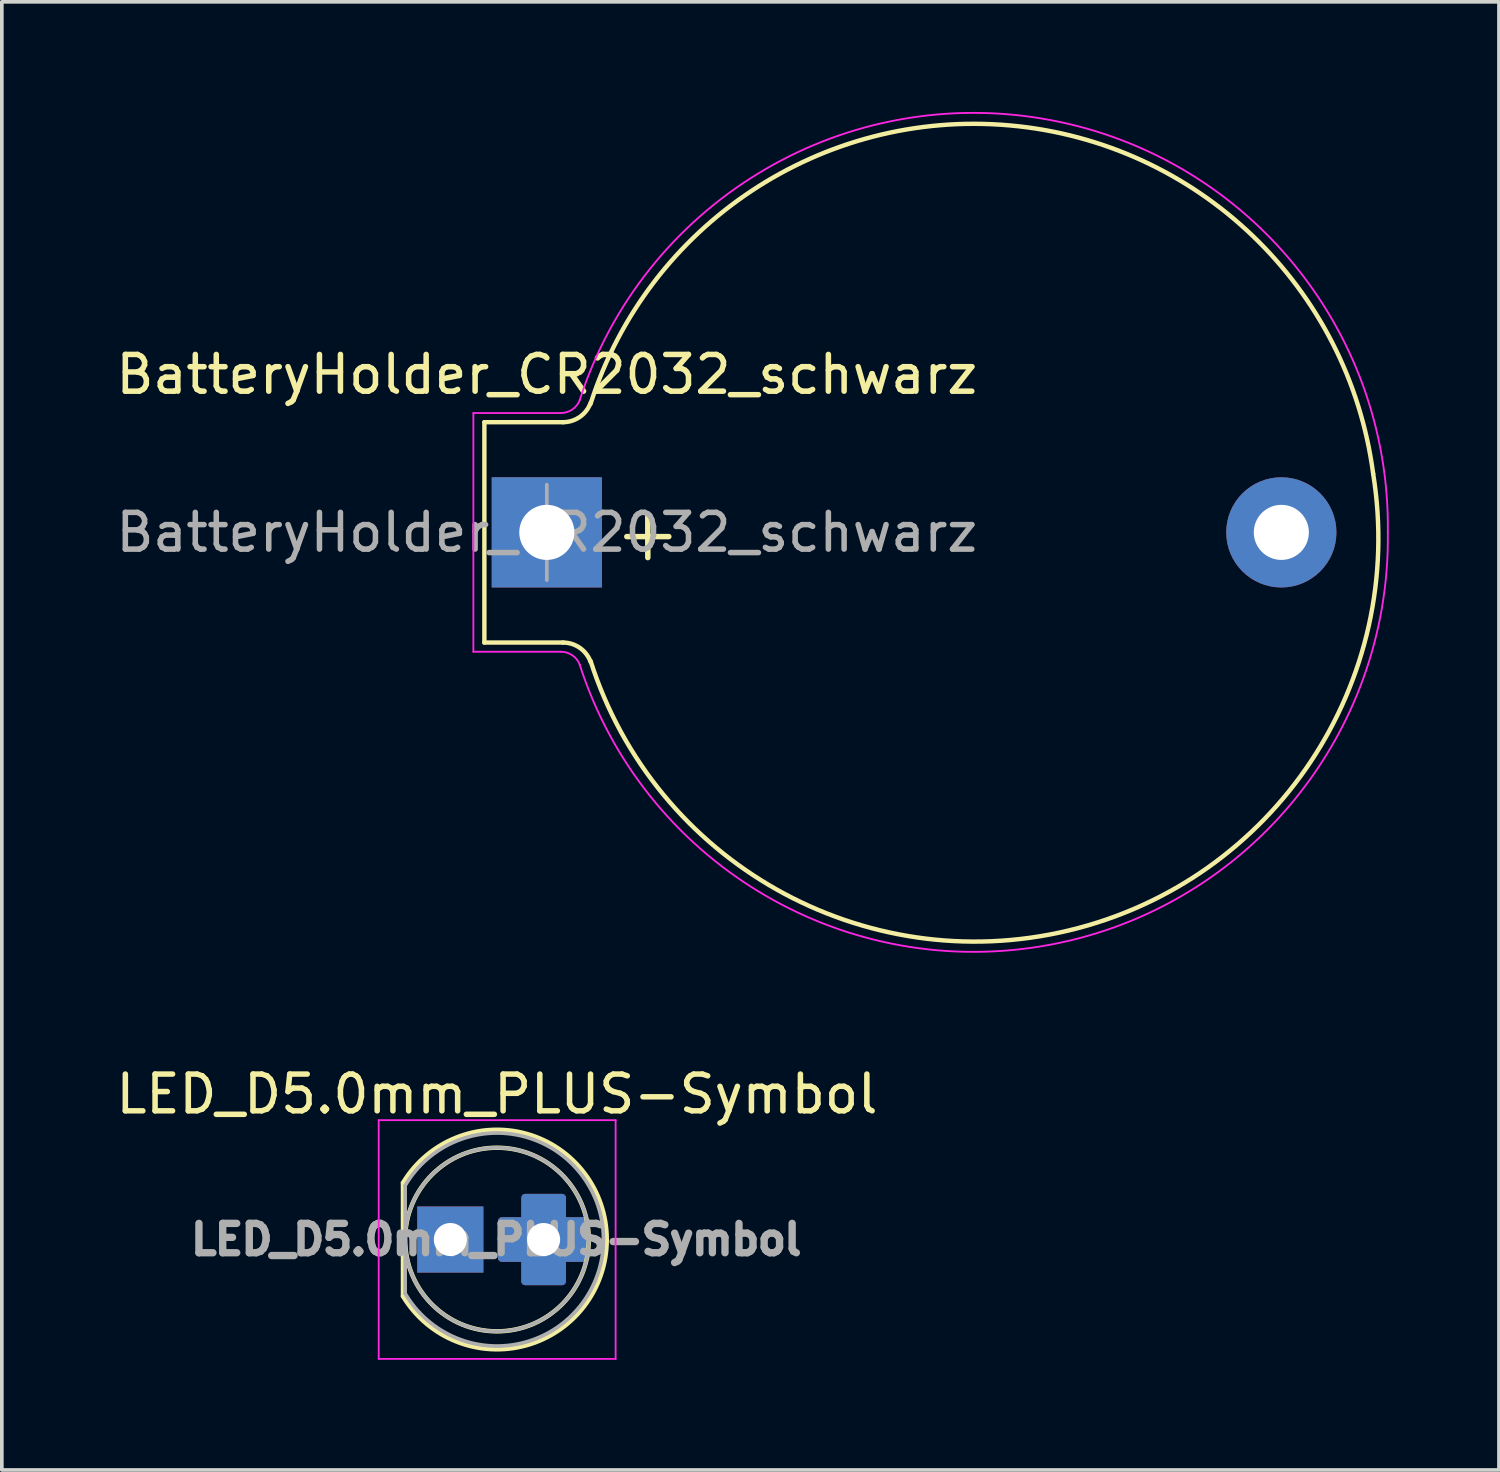
<source format=kicad_pcb>
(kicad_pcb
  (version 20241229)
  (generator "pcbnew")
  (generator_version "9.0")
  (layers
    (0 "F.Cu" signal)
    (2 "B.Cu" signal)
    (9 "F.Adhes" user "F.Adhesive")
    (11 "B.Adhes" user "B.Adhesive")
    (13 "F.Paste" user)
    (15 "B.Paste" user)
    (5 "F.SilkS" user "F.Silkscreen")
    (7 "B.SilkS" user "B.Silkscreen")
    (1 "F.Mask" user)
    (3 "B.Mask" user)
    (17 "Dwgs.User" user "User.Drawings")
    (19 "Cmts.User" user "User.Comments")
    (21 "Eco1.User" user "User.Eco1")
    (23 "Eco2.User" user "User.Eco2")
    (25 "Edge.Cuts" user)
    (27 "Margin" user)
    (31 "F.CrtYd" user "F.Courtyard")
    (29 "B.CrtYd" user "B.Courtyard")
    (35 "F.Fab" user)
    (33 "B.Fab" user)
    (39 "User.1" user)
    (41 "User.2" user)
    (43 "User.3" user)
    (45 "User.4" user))
  (footprint "BatteryHolder_CR2032_schwarz"
    (layer "F.Cu")
    (at 11.839 11.446)
    (property "Reference" "BatteryHolder_CR2032_schwarz" (at 0 -4.3 0) (layer "F.SilkS") (effects (font (size 1 1) (thickness 0.15))))
    (attr through_hole)
    (fp_line (start -1.7 -3) (end 0.441 -3) (stroke (width 0.12) (type solid)) (layer "F.SilkS"))
    (fp_line (start -1.7 3) (end -1.7 -3) (stroke (width 0.12) (type solid)) (layer "F.SilkS"))
    (fp_line (start -1.7 3) (end 0.441 3) (stroke (width 0.12) (type solid)) (layer "F.SilkS"))
    (fp_arc (start 0.441139 3) (mid 0.9 3.144678) (end 1.192893 3.526384) (stroke (width 0.12) (type solid)) (layer "F.SilkS"))
    (fp_arc (start 1.191139 -3.5) (mid 12.606244 -11.081109) (end 22.5 -1.6) (stroke (width 0.12) (type solid)) (layer "F.SilkS"))
    (fp_arc (start 1.192893 -3.526384) (mid 0.9 -3.144678) (end 0.441139 -3) (stroke (width 0.12) (type solid)) (layer "F.SilkS"))
    (fp_arc (start 22.5 -1.6) (mid 14.212442 10.839285) (end 1.191139 3.5) (stroke (width 0.12) (type solid)) (layer "F.SilkS"))
    (fp_line (start -2 -3.25) (end 0.385 -3.25) (stroke (width 0.05) (type solid)) (layer "F.CrtYd"))
    (fp_line (start -2 3.25) (end -2 -3.25) (stroke (width 0.05) (type solid)) (layer "F.CrtYd"))
    (fp_line (start -2 3.25) (end 0.385 3.25) (stroke (width 0.05) (type solid)) (layer "F.CrtYd"))
    (fp_arc (start 0.384533 3.25) (mid 0.7 3.349466) (end 0.901364 3.611889) (stroke (width 0.05) (type solid)) (layer "F.CrtYd"))
    (fp_arc (start 0.894533 -3.6) (mid 13.447073 -11.273396) (end 22.9 0) (stroke (width 0.05) (type solid)) (layer "F.CrtYd"))
    (fp_arc (start 0.901364 -3.611889) (mid 0.7 -3.349466) (end 0.384533 -3.25) (stroke (width 0.05) (type solid)) (layer "F.CrtYd"))
    (fp_arc (start 22.9 0) (mid 13.447074 11.2734) (end 0.894533 3.6) (stroke (width 0.05) (type solid)) (layer "F.CrtYd"))
    (fp_line (start 0 -1.3) (end 0 1.3) (stroke (width 0.1) (type solid)) (layer "F.Fab"))
    (fp_text user "+" (at 2.75 0 0) (layer "F.SilkS") (effects (font (size 1.5 1.5) (thickness 0.15))))
    (fp_text user "${REFERENCE}" (at 0 0 0) (layer "F.Fab") (effects (font (size 1 1) (thickness 0.15))))
    (pad "1" thru_hole rect (at 0 0) (size 3 3) (drill 1.5) (layers "*.Cu" "*.Mask"))
    (pad "2" thru_hole circle (at 20 0) (size 3 3) (drill 1.5) (layers "*.Cu" "*.Mask")))
  (footprint "LED_D5.0mm_PLUS-Symbol"
    (layer "F.Cu")
    (at 9.212 30.701)
    (property "Reference" "LED_D5.0mm_PLUS-Symbol" (at 1.27 -3.96 0) (layer "F.SilkS") (effects (font (size 1 1) (thickness 0.15))))
    (attr through_hole)
    (fp_line (start -1.29 -1.545) (end -1.29 1.545) (stroke (width 0.12) (type solid)) (layer "F.SilkS"))
    (fp_arc (start -1.29 -1.54483) (mid 2.072002 -2.880433) (end 4.26 0.000462) (stroke (width 0.12) (type solid)) (layer "F.SilkS"))
    (fp_arc (start 4.26 -0.000462) (mid 2.072002 2.880433) (end -1.29 1.54483) (stroke (width 0.12) (type solid)) (layer "F.SilkS"))
    (fp_circle (center 1.27 0) (end 3.77 0) (stroke (width 0.12) (type solid)) (fill no) (layer "F.SilkS"))
    (fp_line (start -1.95 -3.25) (end -1.95 3.25) (stroke (width 0.05) (type solid)) (layer "F.CrtYd"))
    (fp_line (start -1.95 3.25) (end 4.5 3.25) (stroke (width 0.05) (type solid)) (layer "F.CrtYd"))
    (fp_line (start 4.5 -3.25) (end -1.95 -3.25) (stroke (width 0.05) (type solid)) (layer "F.CrtYd"))
    (fp_line (start 4.5 3.25) (end 4.5 -3.25) (stroke (width 0.05) (type solid)) (layer "F.CrtYd"))
    (fp_line (start -1.23 -1.47) (end -1.23 1.47) (stroke (width 0.1) (type solid)) (layer "F.Fab"))
    (fp_arc (start -1.23 -1.469694) (mid 4.17 0.000016) (end -1.230016 1.469666) (stroke (width 0.1) (type solid)) (layer "F.Fab"))
    (fp_circle (center 1.27 0) (end 3.77 0) (stroke (width 0.1) (type solid)) (fill no) (layer "F.Fab"))
    (fp_text user "${REFERENCE}" (at 1.25 0 0) (layer "F.Fab") (effects (font (size 0.8 0.8) (thickness 0.2))))
    (pad "1" thru_hole rect (at 0 0) (size 1.8 1.8) (drill 0.9) (layers "*.Cu" "*.Mask"))
    (pad "2" thru_hole custom (at 2.54 0) (size 1.219 1.219) (drill 0.9) (layers "*.Cu" "*.Mask") (options (anchor rect)) (primitives (gr_poly (pts (xy -0.508 -1.143) (xy 0.508 -1.143) (xy 0.508 -0.508) (xy 1.143 -0.508) (xy 1.143 0.508) (xy 0.508 0.508) (xy 0.508 1.143) (xy -0.508 1.143) (xy -0.508 0.508) (xy -1.143 0.508) (xy -1.143 -0.508) (xy -0.508 -0.508)) (width 0.2) (fill yes)))))
  (gr_rect
    (start -3 -3)
    (end 37.765 36.976)
    (stroke (width 0.1) (type default))
    (fill no)
    (layer "Edge.Cuts")))
</source>
